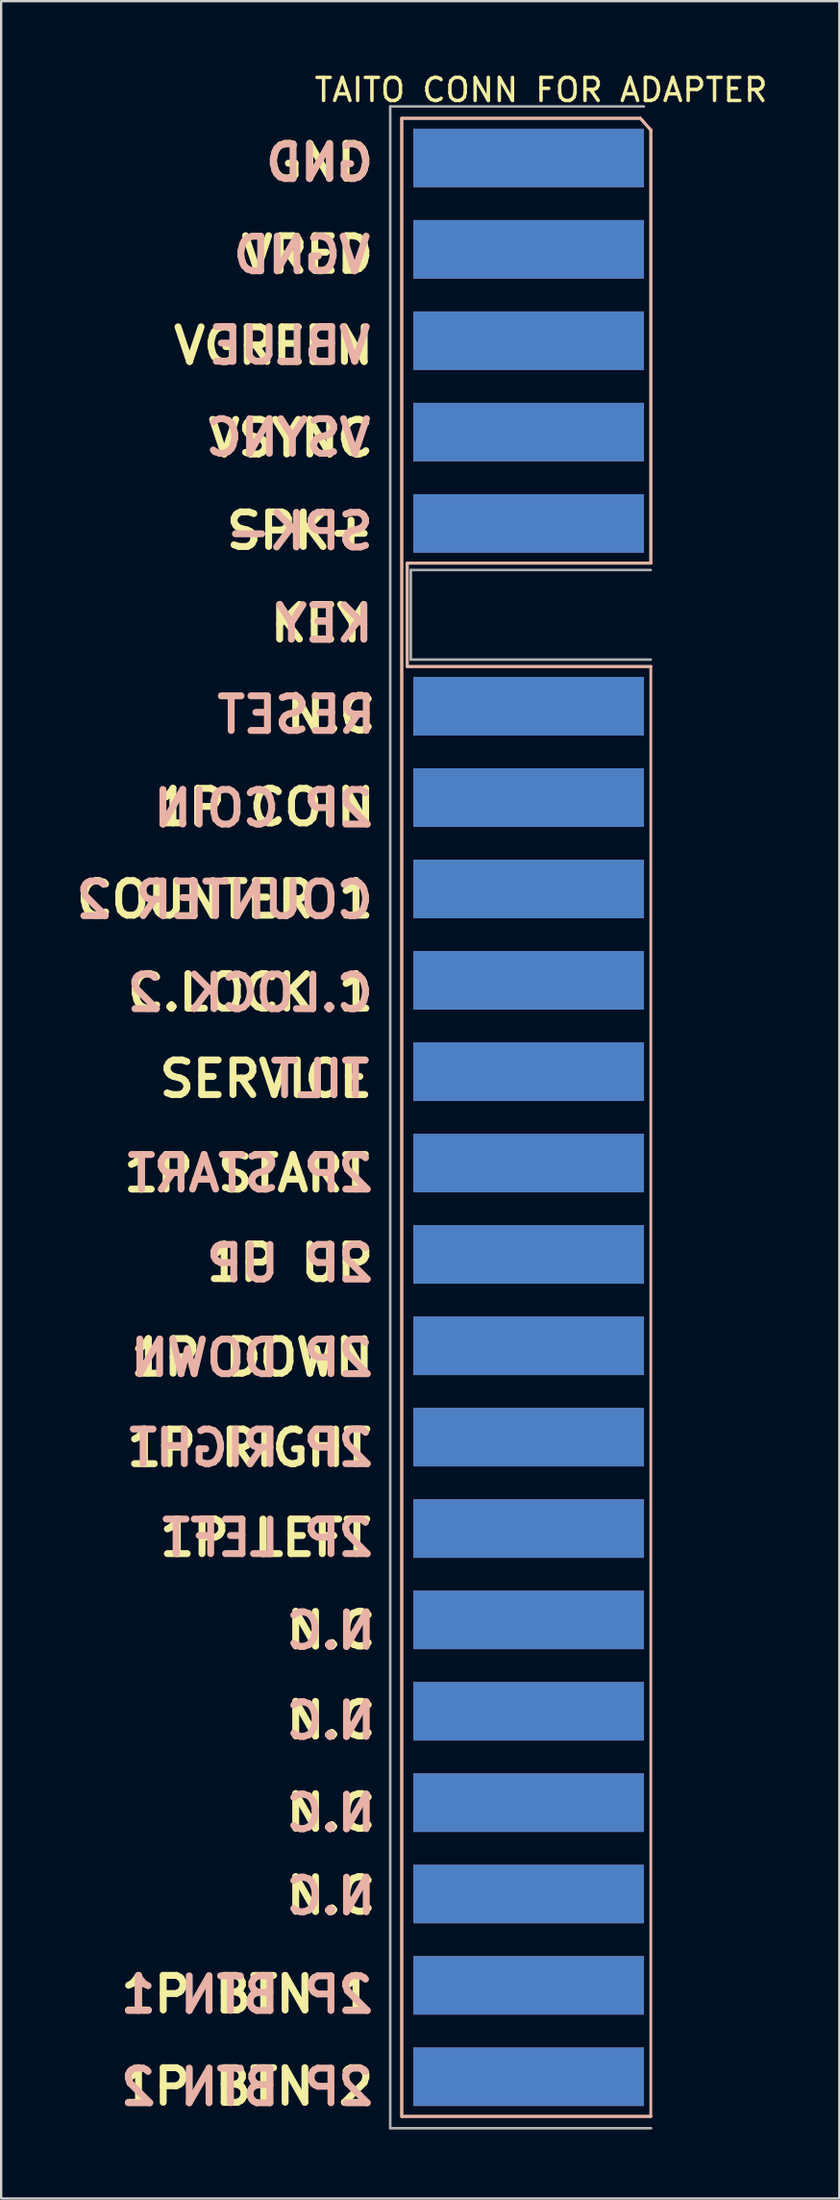
<source format=kicad_pcb>
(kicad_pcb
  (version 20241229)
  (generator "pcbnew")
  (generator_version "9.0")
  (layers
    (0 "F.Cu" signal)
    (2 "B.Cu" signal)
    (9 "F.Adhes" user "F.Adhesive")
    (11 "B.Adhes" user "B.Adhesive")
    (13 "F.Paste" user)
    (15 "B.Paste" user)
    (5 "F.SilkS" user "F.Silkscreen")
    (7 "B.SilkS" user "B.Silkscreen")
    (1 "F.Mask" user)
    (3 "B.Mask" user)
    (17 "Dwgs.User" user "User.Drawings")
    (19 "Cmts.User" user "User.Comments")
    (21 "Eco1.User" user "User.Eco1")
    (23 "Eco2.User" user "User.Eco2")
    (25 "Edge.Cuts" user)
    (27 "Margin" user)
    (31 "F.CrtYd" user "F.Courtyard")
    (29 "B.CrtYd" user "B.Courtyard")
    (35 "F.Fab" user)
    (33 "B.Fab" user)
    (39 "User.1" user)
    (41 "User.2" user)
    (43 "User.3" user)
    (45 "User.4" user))
  (footprint "TAITO CONN FOR ADAPTER"
    (layer "F.Cu")
    (at 19.52 41.398)
    (property "Reference" "TAITO CONN FOR ADAPTER" (at 0.89 -40.55 0) (unlocked yes) (layer "F.SilkS") (effects (font (size 1 1) (thickness 0.15))))
    (attr smd allow_missing_courtyard)
    (fp_line (start -5.15 -39.32) (end 5.2 -39.32) (stroke (width 0.12) (type default)) (layer "F.SilkS"))
    (fp_line (start -5.15 47.28) (end -5.15 -39.32) (stroke (width 0.12) (type default)) (layer "F.SilkS"))
    (fp_line (start -4.91 -20.04) (end -4.91 -15.56) (stroke (width 0.12) (type default)) (layer "F.SilkS"))
    (fp_line (start -4.91 -20.04) (end 5.65 -20.04) (stroke (width 0.12) (type default)) (layer "F.SilkS"))
    (fp_line (start -4.91 -15.56) (end 5.65 -15.56) (stroke (width 0.12) (type default)) (layer "F.SilkS"))
    (fp_line (start 5.2 -39.32) (end 5.65 -38.81) (stroke (width 0.12) (type default)) (layer "F.SilkS"))
    (fp_line (start 5.65 -38.81) (end 5.65 -20.04) (stroke (width 0.12) (type default)) (layer "F.SilkS"))
    (fp_line (start 5.65 47.28) (end -5.15 47.28) (stroke (width 0.12) (type default)) (layer "F.SilkS"))
    (fp_line (start -5.15 -39.32) (end 5.2 -39.32) (stroke (width 0.12) (type default)) (layer "B.SilkS"))
    (fp_line (start -5.15 47.28) (end -5.15 -39.32) (stroke (width 0.12) (type default)) (layer "B.SilkS"))
    (fp_line (start -4.91 -20.04) (end -4.91 -15.56) (stroke (width 0.12) (type default)) (layer "B.SilkS"))
    (fp_line (start -4.91 -20.04) (end 5.65 -20.04) (stroke (width 0.12) (type default)) (layer "B.SilkS"))
    (fp_line (start -4.91 -15.56) (end 5.65 -15.56) (stroke (width 0.12) (type default)) (layer "B.SilkS"))
    (fp_line (start 5.2 -39.32) (end 5.65 -38.81) (stroke (width 0.12) (type default)) (layer "B.SilkS"))
    (fp_line (start 5.65 -38.81) (end 5.65 -20.04) (stroke (width 0.12) (type default)) (layer "B.SilkS"))
    (fp_line (start 5.65 47.28) (end -5.15 47.28) (stroke (width 0.12) (type default)) (layer "B.SilkS"))
    (fp_line (start 5.65 47.28) (end 5.65 -15.56) (stroke (width 0.12) (type default)) (layer "B.SilkS"))
    (fp_line (start -5.65 -39.83) (end -5.65 47.79) (stroke (width 0.1) (type default)) (layer "F.Fab"))
    (fp_line (start -5.65 -39.83) (end -5.65 47.79) (stroke (width 0.1) (type default)) (layer "F.Fab"))
    (fp_line (start -5.65 47.79) (end 5.66 47.79) (stroke (width 0.1) (type default)) (layer "F.Fab"))
    (fp_line (start -5.65 47.79) (end 5.66 47.79) (stroke (width 0.1) (type default)) (layer "F.Fab"))
    (fp_line (start -4.76 -19.74) (end -4.76 -15.86) (stroke (width 0.1) (type default)) (layer "F.Fab"))
    (fp_line (start -4.76 -19.74) (end -4.76 -15.86) (stroke (width 0.1) (type default)) (layer "F.Fab"))
    (fp_line (start -4.76 -19.74) (end 5.65 -19.74) (stroke (width 0.1) (type default)) (layer "F.Fab"))
    (fp_line (start -4.76 -19.74) (end 5.65 -19.74) (stroke (width 0.1) (type default)) (layer "F.Fab"))
    (fp_line (start -4.76 -15.86) (end 5.65 -15.86) (stroke (width 0.1) (type default)) (layer "F.Fab"))
    (fp_line (start -4.76 -15.86) (end 5.65 -15.86) (stroke (width 0.1) (type default)) (layer "F.Fab"))
    (fp_line (start 5.35 -39.83) (end -5.65 -39.83) (stroke (width 0.1) (type default)) (layer "F.Fab"))
    (fp_line (start 5.35 -39.83) (end -5.65 -39.83) (stroke (width 0.1) (type default)) (layer "F.Fab"))
    (fp_text user "1P DOWN" (at -11.636 14.39 0) (layer "F.SilkS") (effects (font (size 1.5 1.5) (thickness 0.3))))
    (fp_text user "N.C" (at -6.121 27.09 0) (unlocked yes) (layer "F.SilkS") (effects (font (size 1.5 1.5) (thickness 0.3) (bold yes)) (justify right bottom)))
    (fp_text user "1P COIN " (at -10.5 -9.46 0) (layer "F.SilkS") (effects (font (size 1.5 1.5) (thickness 0.3))))
    (fp_text user "GND" (at -8.707 -37.41 0) (layer "F.SilkS") (effects (font (size 1.5 1.5) (thickness 0.3))))
    (fp_text user "N.C" (at -6.121 34.99 0) (unlocked yes) (layer "F.SilkS") (effects (font (size 1.5 1.5) (thickness 0.3) (bold yes)) (justify right bottom)))
    (fp_text user "COUNTER 1" (at -12.814 -5.46 0) (layer "F.SilkS") (effects (font (size 1.5 1.5) (thickness 0.3))))
    (fp_text user "SERVICE" (at -6.27 3.19 0) (unlocked yes) (layer "F.SilkS") (effects (font (size 1.5 1.5) (thickness 0.3) (bold yes)) (justify right bottom)))
    (fp_text user "1P BTN 2" (at -11.85 45.99 0) (layer "F.SilkS") (effects (font (size 1.5 1.5) (thickness 0.3))))
    (fp_text user "1P RIGHT" (at -11.77 18.31 0) (layer "F.SilkS") (effects (font (size 1.5 1.5) (thickness 0.3))))
    (fp_text user "SPK+" (at -9.564 -21.44 0) (layer "F.SilkS") (effects (font (size 1.5 1.5) (thickness 0.3))))
    (fp_text user "N.C" (at -6.121 -12.61 0) (unlocked yes) (layer "F.SilkS") (effects (font (size 1.5 1.5) (thickness 0.3) (bold yes)) (justify right bottom)))
    (fp_text user "1P LEFT" (at -11.06 22.21 0) (layer "F.SilkS") (effects (font (size 1.5 1.5) (thickness 0.3))))
    (fp_text user "N.C" (at -6.121 38.59 0) (unlocked yes) (layer "F.SilkS") (effects (font (size 1.5 1.5) (thickness 0.3) (bold yes)) (justify right bottom)))
    (fp_text user "VGREEN" (at -10.707 -29.46 0) (layer "F.SilkS") (effects (font (size 1.5 1.5) (thickness 0.3))))
    (fp_text user "VRED" (at -9.243 -33.41 0) (layer "F.SilkS") (effects (font (size 1.5 1.5) (thickness 0.3))))
    (fp_text user "1P BTN 1" (at -11.85 41.99 0) (layer "F.SilkS") (effects (font (size 1.5 1.5) (thickness 0.3))))
    (fp_text user "N.C" (at -6.121 30.99 0) (unlocked yes) (layer "F.SilkS") (effects (font (size 1.5 1.5) (thickness 0.3) (bold yes)) (justify right bottom)))
    (fp_text user "C.LOCK 1" (at -11.707 -1.43 0) (layer "F.SilkS") (effects (font (size 1.5 1.5) (thickness 0.3))))
    (fp_text user "1P UP" (at -9.993 10.29 0) (layer "F.SilkS") (effects (font (size 1.5 1.5) (thickness 0.3))))
    (fp_text user "KEY" (at -8.73 -17.43 0) (layer "F.SilkS") (effects (font (size 1.5 1.5) (thickness 0.3))))
    (fp_text user "VSYNC" (at -9.957 -25.45 0) (layer "F.SilkS") (effects (font (size 1.5 1.5) (thickness 0.3))))
    (fp_text user "1P START" (at -11.87 6.41 0) (layer "F.SilkS") (effects (font (size 1.5 1.5) (thickness 0.3))))
    (fp_text user "VBLUE" (at -10.01 -29.47 0) (layer "B.SilkS") (effects (font (size 1.5 1.5) (thickness 0.3)) (justify mirror)))
    (fp_text user "2P LEFT" (at -10.97 22.21 0) (layer "B.SilkS") (effects (font (size 1.5 1.5) (thickness 0.3)) (justify mirror)))
    (fp_text user "GND" (at -8.72 -37.39 0) (layer "B.SilkS") (effects (font (size 1.5 1.5) (thickness 0.3)) (justify mirror)))
    (fp_text user "VSYNC" (at -10.07 -25.48 0) (layer "B.SilkS") (effects (font (size 1.5 1.5) (thickness 0.3)) (justify mirror)))
    (fp_text user "N.C" (at -6.134 35.01 0) (unlocked yes) (layer "B.SilkS") (effects (font (size 1.5 1.5) (thickness 0.3) (bold yes)) (justify left bottom mirror)))
    (fp_text user "2P BTN 1" (at -11.863 42.01 0) (layer "B.SilkS") (effects (font (size 1.5 1.5) (thickness 0.3)) (justify mirror)))
    (fp_text user "C.LOCK 2" (at -11.72 -1.41 0) (layer "B.SilkS") (effects (font (size 1.5 1.5) (thickness 0.3)) (justify mirror)))
    (fp_text user "2P UP" (at -10.006 10.31 0) (layer "B.SilkS") (effects (font (size 1.5 1.5) (thickness 0.3)) (justify mirror)))
    (fp_text user "N.C" (at -6.134 38.61 0) (unlocked yes) (layer "B.SilkS") (effects (font (size 1.5 1.5) (thickness 0.3) (bold yes)) (justify left bottom mirror)))
    (fp_text user "VGND" (at -9.48 -33.39 0) (layer "B.SilkS") (effects (font (size 1.5 1.5) (thickness 0.3)) (justify mirror)))
    (fp_text user "2P BTN 2" (at -11.863 46.01 0) (layer "B.SilkS") (effects (font (size 1.5 1.5) (thickness 0.3)) (justify mirror)))
    (fp_text user "TILT" (at -6.39 3.2 0) (unlocked yes) (layer "B.SilkS") (effects (font (size 1.5 1.5) (thickness 0.3) (bold yes)) (justify left bottom mirror)))
    (fp_text user "2P START" (at -11.72 6.41 0) (layer "B.SilkS") (effects (font (size 1.5 1.5) (thickness 0.3)) (justify mirror)))
    (fp_text user "2P DOWN" (at -11.649 14.41 0) (layer "B.SilkS") (effects (font (size 1.5 1.5) (thickness 0.3)) (justify mirror)))
    (fp_text user "2P RIGHT" (at -11.684 18.31 0) (layer "B.SilkS") (effects (font (size 1.5 1.5) (thickness 0.3)) (justify mirror)))
    (fp_text user "COUNTER 2" (at -12.827 -5.44 0) (layer "B.SilkS") (effects (font (size 1.5 1.5) (thickness 0.3)) (justify mirror)))
    (fp_text user "KEY" (at -8.506 -17.42 0) (layer "B.SilkS") (effects (font (size 1.5 1.5) (thickness 0.3)) (justify mirror)))
    (fp_text user "N.C" (at -6.134 27.11 0) (unlocked yes) (layer "B.SilkS") (effects (font (size 1.5 1.5) (thickness 0.3) (bold yes)) (justify left bottom mirror)))
    (fp_text user "RESET" (at -6.134 -12.59 0) (unlocked yes) (layer "B.SilkS") (effects (font (size 1.5 1.5) (thickness 0.3) (bold yes)) (justify left bottom mirror)))
    (fp_text user "2P COIN " (at -11.72 -9.41 0) (layer "B.SilkS") (effects (font (size 1.5 1.5) (thickness 0.3)) (justify mirror)))
    (fp_text user "N.C" (at -6.134 31.01 0) (unlocked yes) (layer "B.SilkS") (effects (font (size 1.5 1.5) (thickness 0.3) (bold yes)) (justify left bottom mirror)))
    (fp_text user "SPK-" (at -9.577 -21.42 0) (layer "B.SilkS") (effects (font (size 1.5 1.5) (thickness 0.3)) (justify mirror)))
    (pad "1" connect rect (at 0.35 -37.6 270) (size 2.54 10) (layers "F.Cu" "F.Mask"))
    (pad "2" connect rect (at 0.35 -33.64 270) (size 2.54 10) (layers "F.Cu" "F.Mask"))
    (pad "3" connect rect (at 0.35 -29.68 270) (size 2.54 10) (layers "F.Cu" "F.Mask"))
    (pad "4" connect rect (at 0.35 -25.72 270) (size 2.54 10) (layers "F.Cu" "F.Mask"))
    (pad "5" connect rect (at 0.35 -21.76 270) (size 2.54 10) (layers "F.Cu" "F.Mask"))
    (pad "7" connect rect (at 0.35 -13.84 270) (size 2.54 10) (layers "F.Cu" "F.Mask"))
    (pad "8" connect rect (at 0.35 -9.88 270) (size 2.54 10) (layers "F.Cu" "F.Mask"))
    (pad "9" connect rect (at 0.35 -5.92 270) (size 2.54 10) (layers "F.Cu" "F.Mask"))
    (pad "10" connect rect (at 0.35 -1.96 270) (size 2.54 10) (layers "F.Cu" "F.Mask"))
    (pad "11" connect rect (at 0.35 2 270) (size 2.54 10) (layers "F.Cu" "F.Mask"))
    (pad "12" connect rect (at 0.35 5.96 270) (size 2.54 10) (layers "F.Cu" "F.Mask"))
    (pad "13" connect rect (at 0.35 9.92 270) (size 2.54 10) (layers "F.Cu" "F.Mask"))
    (pad "14" connect rect (at 0.35 13.88 270) (size 2.54 10) (layers "F.Cu" "F.Mask"))
    (pad "15" connect rect (at 0.35 17.84 270) (size 2.54 10) (layers "F.Cu" "F.Mask"))
    (pad "16" connect rect (at 0.35 21.8 270) (size 2.54 10) (layers "F.Cu" "F.Mask"))
    (pad "17" connect rect (at 0.35 25.76 270) (size 2.54 10) (layers "F.Cu" "F.Mask"))
    (pad "18" connect rect (at 0.35 29.72 270) (size 2.54 10) (layers "F.Cu" "F.Mask"))
    (pad "19" connect rect (at 0.35 33.68 270) (size 2.54 10) (layers "F.Cu" "F.Mask"))
    (pad "20" connect rect (at 0.35 37.64 270) (size 2.54 10) (layers "F.Cu" "F.Mask"))
    (pad "21" connect rect (at 0.35 41.6 270) (size 2.54 10) (layers "F.Cu" "F.Mask"))
    (pad "22" connect rect (at 0.35 45.56 270) (size 2.54 10) (layers "F.Cu" "F.Mask"))
    (pad "A" connect rect (at 0.35 -37.6 270) (size 2.54 10) (layers "B.Cu" "B.Mask"))
    (pad "B" connect rect (at 0.35 -33.64 270) (size 2.54 10) (layers "B.Cu" "B.Mask"))
    (pad "C" connect rect (at 0.35 -29.68 270) (size 2.54 10) (layers "B.Cu" "B.Mask"))
    (pad "D" connect rect (at 0.35 -25.72 270) (size 2.54 10) (layers "B.Cu" "B.Mask"))
    (pad "E" connect rect (at 0.35 -21.76 270) (size 2.54 10) (layers "B.Cu" "B.Mask"))
    (pad "H" connect rect (at 0.35 -13.84 270) (size 2.54 10) (layers "B.Cu" "B.Mask"))
    (pad "J" connect rect (at 0.35 -9.88 270) (size 2.54 10) (layers "B.Cu" "B.Mask"))
    (pad "K" connect rect (at 0.35 -5.92 270) (size 2.54 10) (layers "B.Cu" "B.Mask"))
    (pad "L" connect rect (at 0.35 -1.96 270) (size 2.54 10) (layers "B.Cu" "B.Mask"))
    (pad "M" connect rect (at 0.35 2 270) (size 2.54 10) (layers "B.Cu" "B.Mask"))
    (pad "N" connect rect (at 0.35 5.96 270) (size 2.54 10) (layers "B.Cu" "B.Mask"))
    (pad "P" connect rect (at 0.35 9.92 270) (size 2.54 10) (layers "B.Cu" "B.Mask"))
    (pad "R" connect rect (at 0.35 13.88 270) (size 2.54 10) (layers "B.Cu" "B.Mask"))
    (pad "S" connect rect (at 0.35 17.84 270) (size 2.54 10) (layers "B.Cu" "B.Mask"))
    (pad "T" connect rect (at 0.35 21.8 270) (size 2.54 10) (layers "B.Cu" "B.Mask"))
    (pad "U" connect rect (at 0.35 25.76 270) (size 2.54 10) (layers "B.Cu" "B.Mask"))
    (pad "V" connect rect (at 0.35 29.72 270) (size 2.54 10) (layers "B.Cu" "B.Mask"))
    (pad "W" connect rect (at 0.35 33.68 270) (size 2.54 10) (layers "B.Cu" "B.Mask"))
    (pad "X" connect rect (at 0.35 37.64 270) (size 2.54 10) (layers "B.Cu" "B.Mask"))
    (pad "Y" connect rect (at 0.35 41.6 270) (size 2.54 10) (layers "B.Cu" "B.Mask"))
    (pad "Z" connect rect (at 0.35 45.56 270) (size 2.54 10) (layers "B.Cu" "B.Mask")))
  (gr_rect
    (start -3 -3)
    (end 33.345 92.238)
    (stroke (width 0.1) (type default))
    (fill no)
    (layer "Edge.Cuts")))
</source>
